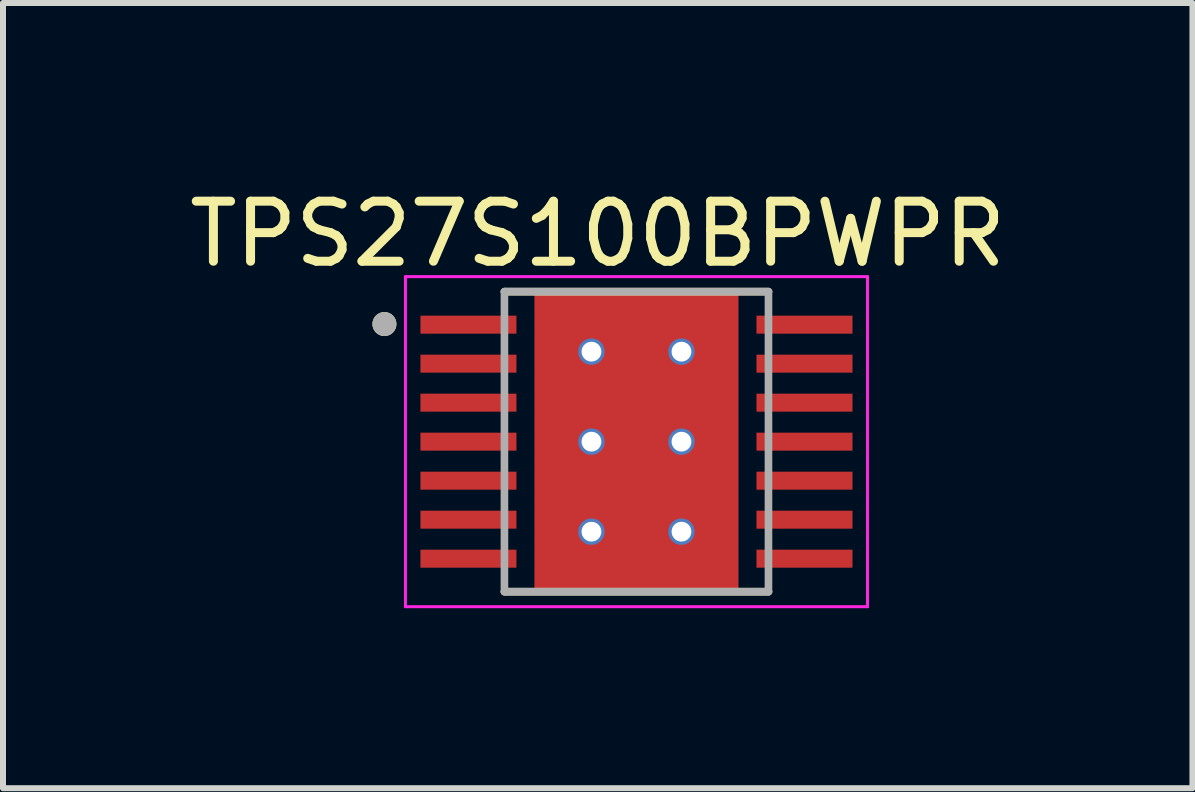
<source format=kicad_pcb>
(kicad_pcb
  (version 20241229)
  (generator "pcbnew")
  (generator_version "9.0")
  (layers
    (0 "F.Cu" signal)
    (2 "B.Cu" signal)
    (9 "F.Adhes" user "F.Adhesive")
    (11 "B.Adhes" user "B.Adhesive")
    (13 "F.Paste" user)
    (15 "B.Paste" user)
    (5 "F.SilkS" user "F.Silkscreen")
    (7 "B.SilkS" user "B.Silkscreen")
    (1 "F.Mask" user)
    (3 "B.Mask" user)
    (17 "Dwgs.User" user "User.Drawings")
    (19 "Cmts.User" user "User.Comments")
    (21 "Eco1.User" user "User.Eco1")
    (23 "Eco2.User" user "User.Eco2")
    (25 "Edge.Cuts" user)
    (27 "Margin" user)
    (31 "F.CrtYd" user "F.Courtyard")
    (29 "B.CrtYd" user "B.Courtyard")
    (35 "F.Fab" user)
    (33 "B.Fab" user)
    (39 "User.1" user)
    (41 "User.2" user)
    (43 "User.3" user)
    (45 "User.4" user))
  (footprint "TPS27S100BPWPR"
    (layer "F.Cu")
    (at 7.556 4.31)
    (property "Reference" "TPS27S100BPWPR" (at -0.645 -3.462 0) (layer "F.SilkS") (effects (font (size 1 1) (thickness 0.15))))
    (attr smd)
    (fp_poly (pts (xy -1.23 -1.155) (xy 1.23 -1.155) (xy 1.23 1.155) (xy -1.23 1.155)) (stroke (width 0.01) (type solid)) (fill yes) (layer "F.Mask"))
    (fp_line (start -2.2 -2.5) (end 2.2 -2.5) (stroke (width 0.127) (type solid)) (layer "F.SilkS"))
    (fp_line (start -2.2 2.5) (end 2.2 2.5) (stroke (width 0.127) (type solid)) (layer "F.SilkS"))
    (fp_circle (center -4.2 -1.96) (end -4.1 -1.96) (stroke (width 0.2) (type solid)) (fill no) (layer "F.SilkS"))
    (fp_poly (pts (xy -3.575 -2.075) (xy -2.025 -2.075) (xy -2.025 -1.825) (xy -3.575 -1.825)) (stroke (width 0.01) (type solid)) (fill yes) (layer "F.Paste"))
    (fp_poly (pts (xy -3.575 -1.425) (xy -2.025 -1.425) (xy -2.025 -1.175) (xy -3.575 -1.175)) (stroke (width 0.01) (type solid)) (fill yes) (layer "F.Paste"))
    (fp_poly (pts (xy -3.575 -0.775) (xy -2.025 -0.775) (xy -2.025 -0.525) (xy -3.575 -0.525)) (stroke (width 0.01) (type solid)) (fill yes) (layer "F.Paste"))
    (fp_poly (pts (xy -3.575 -0.125) (xy -2.025 -0.125) (xy -2.025 0.125) (xy -3.575 0.125)) (stroke (width 0.01) (type solid)) (fill yes) (layer "F.Paste"))
    (fp_poly (pts (xy -3.575 0.525) (xy -2.025 0.525) (xy -2.025 0.775) (xy -3.575 0.775)) (stroke (width 0.01) (type solid)) (fill yes) (layer "F.Paste"))
    (fp_poly (pts (xy -3.575 1.175) (xy -2.025 1.175) (xy -2.025 1.425) (xy -3.575 1.425)) (stroke (width 0.01) (type solid)) (fill yes) (layer "F.Paste"))
    (fp_poly (pts (xy -3.575 1.825) (xy -2.025 1.825) (xy -2.025 2.075) (xy -3.575 2.075)) (stroke (width 0.01) (type solid)) (fill yes) (layer "F.Paste"))
    (fp_poly (pts (xy -1.23 -1.155) (xy 1.23 -1.155) (xy 1.23 1.155) (xy -1.23 1.155)) (stroke (width 0.01) (type solid)) (fill yes) (layer "F.Paste"))
    (fp_poly (pts (xy 2.025 -2.075) (xy 3.575 -2.075) (xy 3.575 -1.825) (xy 2.025 -1.825)) (stroke (width 0.01) (type solid)) (fill yes) (layer "F.Paste"))
    (fp_poly (pts (xy 2.025 -1.425) (xy 3.575 -1.425) (xy 3.575 -1.175) (xy 2.025 -1.175)) (stroke (width 0.01) (type solid)) (fill yes) (layer "F.Paste"))
    (fp_poly (pts (xy 2.025 -0.775) (xy 3.575 -0.775) (xy 3.575 -0.525) (xy 2.025 -0.525)) (stroke (width 0.01) (type solid)) (fill yes) (layer "F.Paste"))
    (fp_poly (pts (xy 2.025 -0.125) (xy 3.575 -0.125) (xy 3.575 0.125) (xy 2.025 0.125)) (stroke (width 0.01) (type solid)) (fill yes) (layer "F.Paste"))
    (fp_poly (pts (xy 2.025 0.525) (xy 3.575 0.525) (xy 3.575 0.775) (xy 2.025 0.775)) (stroke (width 0.01) (type solid)) (fill yes) (layer "F.Paste"))
    (fp_poly (pts (xy 2.025 1.175) (xy 3.575 1.175) (xy 3.575 1.425) (xy 2.025 1.425)) (stroke (width 0.01) (type solid)) (fill yes) (layer "F.Paste"))
    (fp_poly (pts (xy 2.025 1.825) (xy 3.575 1.825) (xy 3.575 2.075) (xy 2.025 2.075)) (stroke (width 0.01) (type solid)) (fill yes) (layer "F.Paste"))
    (fp_line (start -3.85 -2.75) (end -3.85 2.75) (stroke (width 0.05) (type solid)) (layer "F.CrtYd"))
    (fp_line (start -3.85 -2.75) (end 3.85 -2.75) (stroke (width 0.05) (type solid)) (layer "F.CrtYd"))
    (fp_line (start -3.85 2.75) (end 3.85 2.75) (stroke (width 0.05) (type solid)) (layer "F.CrtYd"))
    (fp_line (start 3.85 -2.75) (end 3.85 2.75) (stroke (width 0.05) (type solid)) (layer "F.CrtYd"))
    (fp_line (start -2.2 -2.5) (end -2.2 2.5) (stroke (width 0.127) (type solid)) (layer "F.Fab"))
    (fp_line (start -2.2 -2.5) (end 2.2 -2.5) (stroke (width 0.127) (type solid)) (layer "F.Fab"))
    (fp_line (start -2.2 2.5) (end 2.2 2.5) (stroke (width 0.127) (type solid)) (layer "F.Fab"))
    (fp_line (start 2.2 -2.5) (end 2.2 2.5) (stroke (width 0.127) (type solid)) (layer "F.Fab"))
    (fp_circle (center -4.2 -1.96) (end -4.1 -1.96) (stroke (width 0.2) (type solid)) (fill no) (layer "F.Fab"))
    (pad "1" smd rect (at -2.8 -1.95) (size 1.6 0.3) (layers "F.Cu" "F.Mask"))
    (pad "2" smd rect (at -2.8 -1.3) (size 1.6 0.3) (layers "F.Cu" "F.Mask"))
    (pad "3" smd rect (at -2.8 -0.65) (size 1.6 0.3) (layers "F.Cu" "F.Mask"))
    (pad "4" smd rect (at -2.8 0) (size 1.6 0.3) (layers "F.Cu" "F.Mask"))
    (pad "5" smd rect (at -2.8 0.65) (size 1.6 0.3) (layers "F.Cu" "F.Mask"))
    (pad "6" smd rect (at -2.8 1.3) (size 1.6 0.3) (layers "F.Cu" "F.Mask"))
    (pad "7" smd rect (at -2.8 1.95) (size 1.6 0.3) (layers "F.Cu" "F.Mask"))
    (pad "8" smd rect (at 2.8 1.95) (size 1.6 0.3) (layers "F.Cu" "F.Mask"))
    (pad "9" smd rect (at 2.8 1.3) (size 1.6 0.3) (layers "F.Cu" "F.Mask"))
    (pad "10" smd rect (at 2.8 0.65) (size 1.6 0.3) (layers "F.Cu" "F.Mask"))
    (pad "11" smd rect (at 2.8 0) (size 1.6 0.3) (layers "F.Cu" "F.Mask"))
    (pad "12" smd rect (at 2.8 -0.65) (size 1.6 0.3) (layers "F.Cu" "F.Mask"))
    (pad "13" smd rect (at 2.8 -1.3) (size 1.6 0.3) (layers "F.Cu" "F.Mask"))
    (pad "14" smd rect (at 2.8 -1.95) (size 1.6 0.3) (layers "F.Cu" "F.Mask"))
    (pad "15" smd rect (at 0 0) (size 3.4 5) (layers "F.Cu"))
    (pad "16" thru_hole circle (at -0.75 -1.5) (size 0.44 0.44) (drill 0.33) (layers "*.Cu"))
    (pad "17" thru_hole circle (at 0.75 -1.5) (size 0.44 0.44) (drill 0.33) (layers "*.Cu"))
    (pad "18" thru_hole circle (at -0.75 0) (size 0.44 0.44) (drill 0.33) (layers "*.Cu" "*.Mask"))
    (pad "19" thru_hole circle (at 0.75 0) (size 0.44 0.44) (drill 0.33) (layers "*.Cu" "*.Mask"))
    (pad "20" thru_hole circle (at -0.75 1.5) (size 0.44 0.44) (drill 0.33) (layers "*.Cu"))
    (pad "21" thru_hole circle (at 0.75 1.5) (size 0.44 0.44) (drill 0.33) (layers "*.Cu")))
  (gr_rect
    (start -3 -3)
    (end 16.821 10.085)
    (stroke (width 0.1) (type default))
    (fill no)
    (layer "Edge.Cuts")))
</source>
